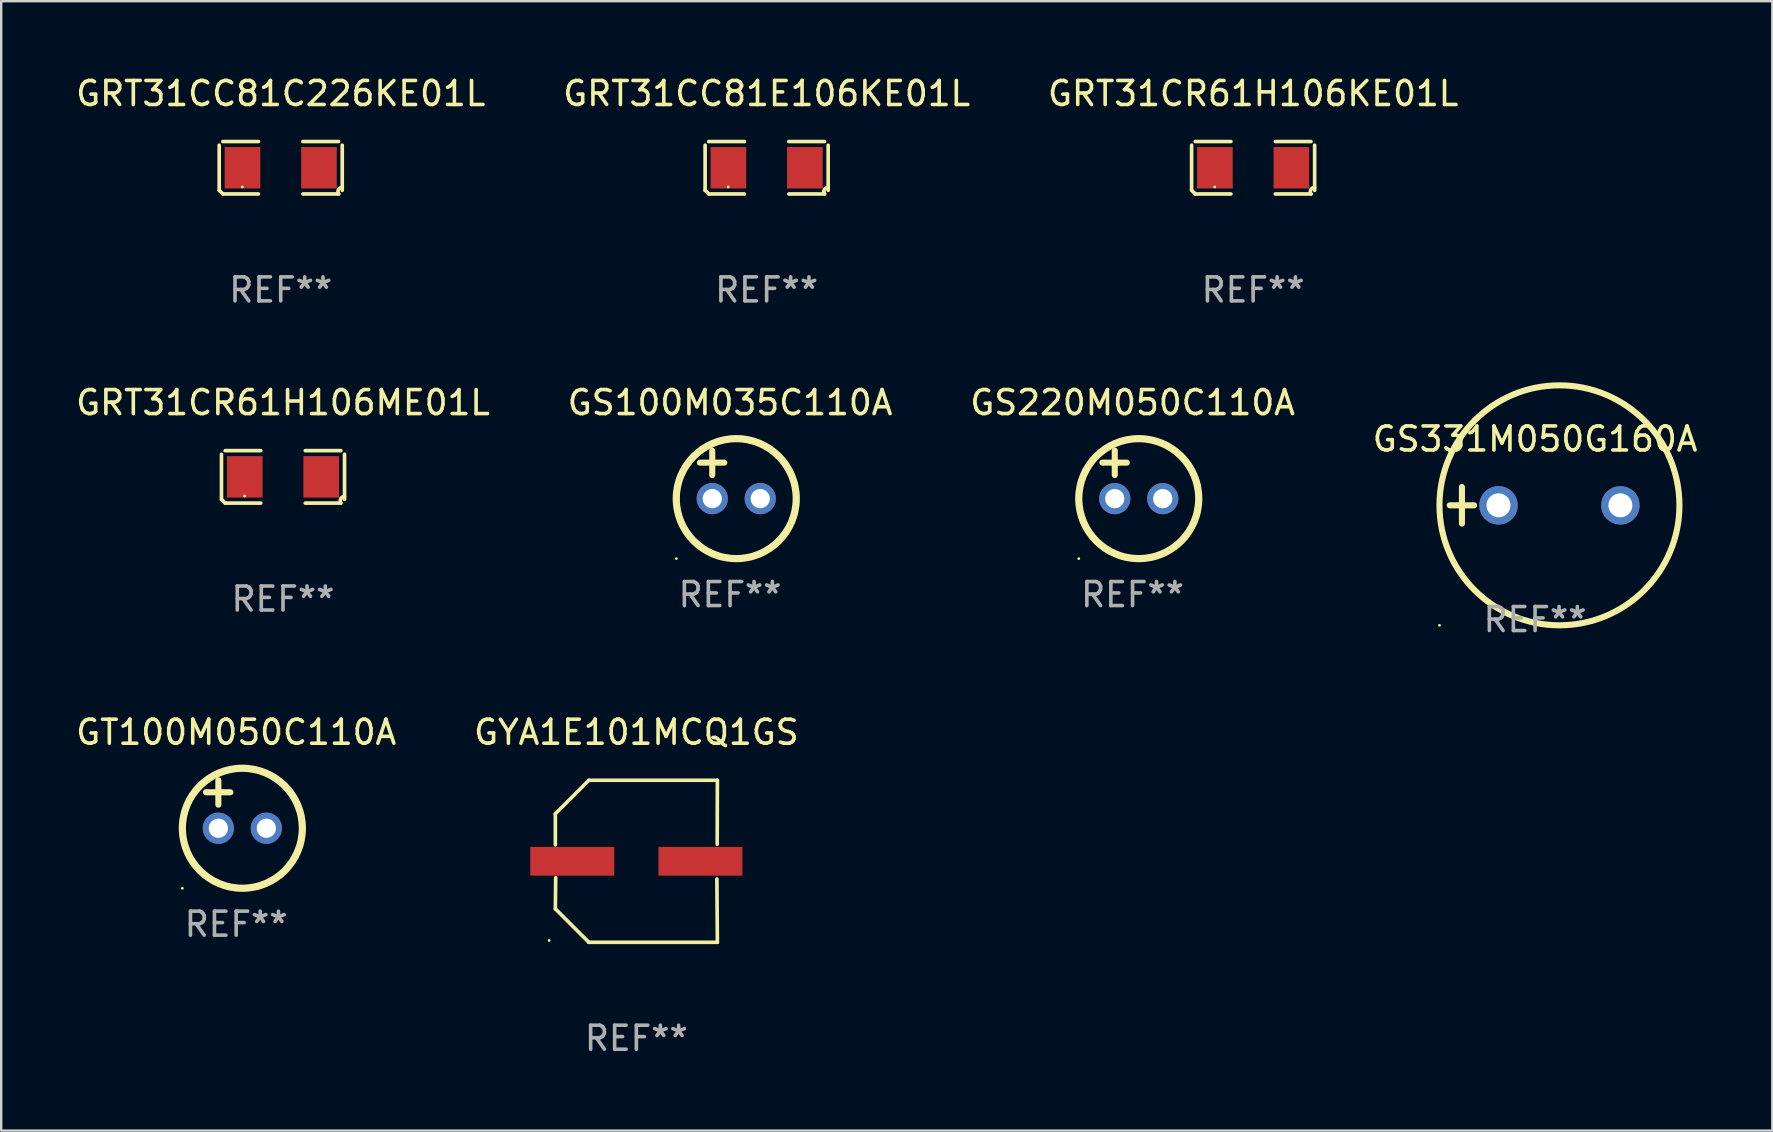
<source format=kicad_pcb>
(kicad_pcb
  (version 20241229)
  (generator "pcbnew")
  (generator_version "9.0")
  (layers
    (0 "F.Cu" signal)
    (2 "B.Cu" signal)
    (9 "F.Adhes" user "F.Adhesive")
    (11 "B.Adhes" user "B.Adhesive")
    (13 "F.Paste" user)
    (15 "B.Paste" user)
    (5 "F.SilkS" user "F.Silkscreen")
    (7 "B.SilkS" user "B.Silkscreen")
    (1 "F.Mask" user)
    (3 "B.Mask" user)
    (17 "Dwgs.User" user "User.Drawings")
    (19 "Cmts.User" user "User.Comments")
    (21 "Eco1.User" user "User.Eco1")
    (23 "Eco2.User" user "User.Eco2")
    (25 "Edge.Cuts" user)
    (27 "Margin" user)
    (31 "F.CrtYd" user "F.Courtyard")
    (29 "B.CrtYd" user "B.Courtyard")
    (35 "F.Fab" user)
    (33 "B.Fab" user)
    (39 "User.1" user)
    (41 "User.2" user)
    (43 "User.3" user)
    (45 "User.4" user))
  (footprint "GYA1E101MCQ1GS"
    (layer "F.Cu")
    (at 23.47 32.843)
    (property "Reference" "GYA1E101MCQ1GS" (at 0 -5.376 0) (layer "F.SilkS") (effects (font (size 1 1) (thickness 0.15))))
    (attr through_hole)
    (fp_line (start -3.376 -1.98) (end -3.376 -0.686) (stroke (width 0.152) (type solid)) (layer "F.SilkS"))
    (fp_line (start -3.376 1.981) (end -3.362 0.686) (stroke (width 0.152) (type solid)) (layer "F.SilkS"))
    (fp_line (start -1.981 3.376) (end -3.376 1.981) (stroke (width 0.152) (type solid)) (layer "F.SilkS"))
    (fp_line (start -1.98 -3.376) (end -3.376 -1.98) (stroke (width 0.152) (type solid)) (layer "F.SilkS"))
    (fp_line (start 3.356 0.74) (end 3.376 3.376) (stroke (width 0.152) (type solid)) (layer "F.SilkS"))
    (fp_line (start 3.369 -0.707) (end 3.376 -3.376) (stroke (width 0.152) (type solid)) (layer "F.SilkS"))
    (fp_line (start 3.376 3.376) (end -1.981 3.376) (stroke (width 0.152) (type solid)) (layer "F.SilkS"))
    (fp_line (start 3.376 -3.376) (end -1.98 -3.376) (stroke (width 0.152) (type solid)) (layer "F.SilkS"))
    (fp_circle (center -3.634 3.3) (end -3.604 3.3) (stroke (width 0.06) (type solid)) (fill no) (layer "F.SilkS"))
    (fp_text user "REF**" (at 0 7.376 0) (layer "F.Fab") (effects (font (size 1 1) (thickness 0.15))))
    (pad "1" smd rect (at -2.67 0.000254) (size 3.5 1.2) (layers "F.Cu" "F.Mask" "F.Paste"))
    (pad "2" smd rect (at 2.67 0.000254) (size 3.5 1.2) (layers "F.Cu" "F.Mask" "F.Paste")))
  (footprint "GS331M050G160A"
    (layer "F.Cu")
    (at 60.923 18.009)
    (property "Reference" "GS331M050G160A" (at 0 -2.762 0) (layer "F.SilkS") (effects (font (size 1 1) (thickness 0.15))))
    (attr through_hole)
    (fp_line (start -3.556 0) (end -2.54 0) (stroke (width 0.254) (type solid)) (layer "F.SilkS"))
    (fp_line (start -3.048 -0.762) (end -3.048 0.762) (stroke (width 0.254) (type solid)) (layer "F.SilkS"))
    (fp_circle (center -3.984 5) (end -3.954 5) (stroke (width 0.06) (type solid)) (fill no) (layer "F.SilkS"))
    (fp_circle (center 1.016 0) (end 6.016 0) (stroke (width 0.254) (type solid)) (fill no) (layer "F.SilkS"))
    (fp_text user "REF**" (at 0 4.762 0) (layer "F.Fab") (effects (font (size 1 1) (thickness 0.15))))
    (pad "1" thru_hole circle (at -1.524 0) (size 1.6 1.6) (drill 1) (layers "*.Cu" "*.Mask"))
    (pad "2" thru_hole circle (at 3.556 0) (size 1.6 1.6) (drill 1) (layers "*.Cu" "*.Mask")))
  (footprint "GRT31CR61H106KE01L"
    (layer "F.Cu")
    (at 49.173 3.941)
    (property "Reference" "GRT31CR61H106KE01L" (at 0 -3.093 0) (layer "F.SilkS") (effects (font (size 1 1) (thickness 0.15))))
    (attr through_hole)
    (fp_line (start -2.564 0.94) (end -2.564 -0.94) (stroke (width 0.152) (type solid)) (layer "F.SilkS"))
    (fp_line (start -2.411 -1.093) (end -0.926 -1.093) (stroke (width 0.152) (type solid)) (layer "F.SilkS"))
    (fp_line (start -0.926 1.093) (end -2.411 1.093) (stroke (width 0.152) (type solid)) (layer "F.SilkS"))
    (fp_line (start 0.926 1.093) (end 2.411 1.093) (stroke (width 0.152) (type solid)) (layer "F.SilkS"))
    (fp_line (start 2.411 -1.093) (end 0.926 -1.093) (stroke (width 0.152) (type solid)) (layer "F.SilkS"))
    (fp_line (start 2.564 0.94) (end 2.564 -0.94) (stroke (width 0.152) (type solid)) (layer "F.SilkS"))
    (fp_arc (start -2.411201 1.092609) (mid -2.487413 1.01642) (end -2.563602 0.940208) (stroke (width 0.1524) (type solid)) (layer "F.SilkS"))
    (fp_arc (start 2.411201 1.092609) (mid 2.407159 0.911226) (end 2.563602 0.819347) (stroke (width 0.1524) (type solid)) (layer "F.SilkS"))
    (fp_circle (center -1.6 0.8) (end -1.57 0.8) (stroke (width 0.06) (type solid)) (fill no) (layer "F.SilkS"))
    (fp_text user "REF**" (at 0 5.093 0) (layer "F.Fab") (effects (font (size 1 1) (thickness 0.15))))
    (pad "1" smd rect (at -1.593 0) (size 1.485 1.728) (layers "F.Cu" "F.Mask" "F.Paste"))
    (pad "2" smd rect (at 1.593 0) (size 1.485 1.728) (layers "F.Cu" "F.Mask" "F.Paste")))
  (footprint "GS220M050C110A"
    (layer "F.Cu")
    (at 44.149 16.73)
    (property "Reference" "GS220M050C110A" (at 0 -3 0) (layer "F.SilkS") (effects (font (size 1 1) (thickness 0.15))))
    (attr through_hole)
    (fp_line (start -1.258 -0.5) (end -0.242 -0.5) (stroke (width 0.254) (type solid)) (layer "F.SilkS"))
    (fp_line (start -0.742 -1) (end -0.742 0.016) (stroke (width 0.254) (type solid)) (layer "F.SilkS"))
    (fp_circle (center -2.242 3.5) (end -2.212 3.5) (stroke (width 0.06) (type solid)) (fill no) (layer "F.SilkS"))
    (fp_circle (center 0.258 1) (end 2.758 1) (stroke (width 0.3) (type solid)) (fill no) (layer "F.SilkS"))
    (fp_text user "REF**" (at 0 5 0) (layer "F.Fab") (effects (font (size 1 1) (thickness 0.15))))
    (pad "1" thru_hole circle (at -0.742 1) (size 1.3 1.3) (drill 0.8) (layers "*.Cu" "*.Mask"))
    (pad "2" thru_hole circle (at 1.258 1) (size 1.3 1.3) (drill 0.8) (layers "*.Cu" "*.Mask")))
  (footprint "GRT31CR61H106ME01L"
    (layer "F.Cu")
    (at 8.744 16.823)
    (property "Reference" "GRT31CR61H106ME01L" (at 0 -3.093 0) (layer "F.SilkS") (effects (font (size 1 1) (thickness 0.15))))
    (attr through_hole)
    (fp_line (start -2.564 0.94) (end -2.564 -0.94) (stroke (width 0.152) (type solid)) (layer "F.SilkS"))
    (fp_line (start -2.411 -1.093) (end -0.926 -1.093) (stroke (width 0.152) (type solid)) (layer "F.SilkS"))
    (fp_line (start -0.926 1.093) (end -2.411 1.093) (stroke (width 0.152) (type solid)) (layer "F.SilkS"))
    (fp_line (start 0.926 1.093) (end 2.411 1.093) (stroke (width 0.152) (type solid)) (layer "F.SilkS"))
    (fp_line (start 2.411 -1.093) (end 0.926 -1.093) (stroke (width 0.152) (type solid)) (layer "F.SilkS"))
    (fp_line (start 2.564 0.94) (end 2.564 -0.94) (stroke (width 0.152) (type solid)) (layer "F.SilkS"))
    (fp_arc (start -2.411201 1.092609) (mid -2.487413 1.01642) (end -2.563602 0.940208) (stroke (width 0.1524) (type solid)) (layer "F.SilkS"))
    (fp_arc (start 2.411201 1.092609) (mid 2.407159 0.911226) (end 2.563602 0.819347) (stroke (width 0.1524) (type solid)) (layer "F.SilkS"))
    (fp_circle (center -1.6 0.8) (end -1.57 0.8) (stroke (width 0.06) (type solid)) (fill no) (layer "F.SilkS"))
    (fp_text user "REF**" (at 0 5.093 0) (layer "F.Fab") (effects (font (size 1 1) (thickness 0.15))))
    (pad "1" smd rect (at -1.593 0) (size 1.485 1.728) (layers "F.Cu" "F.Mask" "F.Paste"))
    (pad "2" smd rect (at 1.593 0) (size 1.485 1.728) (layers "F.Cu" "F.Mask" "F.Paste")))
  (footprint "GS100M035C110A"
    (layer "F.Cu")
    (at 27.375 16.73)
    (property "Reference" "GS100M035C110A" (at 0 -3 0) (layer "F.SilkS") (effects (font (size 1 1) (thickness 0.15))))
    (attr through_hole)
    (fp_line (start -1.258 -0.5) (end -0.242 -0.5) (stroke (width 0.254) (type solid)) (layer "F.SilkS"))
    (fp_line (start -0.742 -1) (end -0.742 0.016) (stroke (width 0.254) (type solid)) (layer "F.SilkS"))
    (fp_circle (center -2.242 3.5) (end -2.212 3.5) (stroke (width 0.06) (type solid)) (fill no) (layer "F.SilkS"))
    (fp_circle (center 0.258 1) (end 2.758 1) (stroke (width 0.3) (type solid)) (fill no) (layer "F.SilkS"))
    (fp_text user "REF**" (at 0 5 0) (layer "F.Fab") (effects (font (size 1 1) (thickness 0.15))))
    (pad "1" thru_hole circle (at -0.742 1) (size 1.3 1.3) (drill 0.8) (layers "*.Cu" "*.Mask"))
    (pad "2" thru_hole circle (at 1.258 1) (size 1.3 1.3) (drill 0.8) (layers "*.Cu" "*.Mask")))
  (footprint "GT100M050C110A"
    (layer "F.Cu")
    (at 6.792 30.467)
    (property "Reference" "GT100M050C110A" (at 0 -3 0) (layer "F.SilkS") (effects (font (size 1 1) (thickness 0.15))))
    (attr through_hole)
    (fp_line (start -1.258 -0.5) (end -0.242 -0.5) (stroke (width 0.254) (type solid)) (layer "F.SilkS"))
    (fp_line (start -0.742 -1) (end -0.742 0.016) (stroke (width 0.254) (type solid)) (layer "F.SilkS"))
    (fp_circle (center -2.242 3.5) (end -2.212 3.5) (stroke (width 0.06) (type solid)) (fill no) (layer "F.SilkS"))
    (fp_circle (center 0.258 1) (end 2.758 1) (stroke (width 0.3) (type solid)) (fill no) (layer "F.SilkS"))
    (fp_text user "REF**" (at 0 5 0) (layer "F.Fab") (effects (font (size 1 1) (thickness 0.15))))
    (pad "1" thru_hole circle (at -0.742 1) (size 1.3 1.3) (drill 0.8) (layers "*.Cu" "*.Mask"))
    (pad "2" thru_hole circle (at 1.258 1) (size 1.3 1.3) (drill 0.8) (layers "*.Cu" "*.Mask")))
  (footprint "GRT31CC81E106KE01L"
    (layer "F.Cu")
    (at 28.899 3.941)
    (property "Reference" "GRT31CC81E106KE01L" (at 0 -3.093 0) (layer "F.SilkS") (effects (font (size 1 1) (thickness 0.15))))
    (attr through_hole)
    (fp_line (start -2.564 0.94) (end -2.564 -0.94) (stroke (width 0.152) (type solid)) (layer "F.SilkS"))
    (fp_line (start -2.411 -1.093) (end -0.926 -1.093) (stroke (width 0.152) (type solid)) (layer "F.SilkS"))
    (fp_line (start -0.926 1.093) (end -2.411 1.093) (stroke (width 0.152) (type solid)) (layer "F.SilkS"))
    (fp_line (start 0.926 1.093) (end 2.411 1.093) (stroke (width 0.152) (type solid)) (layer "F.SilkS"))
    (fp_line (start 2.411 -1.093) (end 0.926 -1.093) (stroke (width 0.152) (type solid)) (layer "F.SilkS"))
    (fp_line (start 2.564 0.94) (end 2.564 -0.94) (stroke (width 0.152) (type solid)) (layer "F.SilkS"))
    (fp_arc (start -2.411201 1.092609) (mid -2.487413 1.01642) (end -2.563602 0.940208) (stroke (width 0.1524) (type solid)) (layer "F.SilkS"))
    (fp_arc (start 2.411201 1.092609) (mid 2.407159 0.911226) (end 2.563602 0.819347) (stroke (width 0.1524) (type solid)) (layer "F.SilkS"))
    (fp_circle (center -1.6 0.8) (end -1.57 0.8) (stroke (width 0.06) (type solid)) (fill no) (layer "F.SilkS"))
    (fp_text user "REF**" (at 0 5.093 0) (layer "F.Fab") (effects (font (size 1 1) (thickness 0.15))))
    (pad "1" smd rect (at -1.593 0) (size 1.485 1.728) (layers "F.Cu" "F.Mask" "F.Paste"))
    (pad "2" smd rect (at 1.593 0) (size 1.485 1.728) (layers "F.Cu" "F.Mask" "F.Paste")))
  (footprint "GRT31CC81C226KE01L"
    (layer "F.Cu")
    (at 8.649 3.941)
    (property "Reference" "GRT31CC81C226KE01L" (at 0 -3.093 0) (layer "F.SilkS") (effects (font (size 1 1) (thickness 0.15))))
    (attr through_hole)
    (fp_line (start -2.564 0.94) (end -2.564 -0.94) (stroke (width 0.152) (type solid)) (layer "F.SilkS"))
    (fp_line (start -2.411 -1.093) (end -0.926 -1.093) (stroke (width 0.152) (type solid)) (layer "F.SilkS"))
    (fp_line (start -0.926 1.093) (end -2.411 1.093) (stroke (width 0.152) (type solid)) (layer "F.SilkS"))
    (fp_line (start 0.926 1.093) (end 2.411 1.093) (stroke (width 0.152) (type solid)) (layer "F.SilkS"))
    (fp_line (start 2.411 -1.093) (end 0.926 -1.093) (stroke (width 0.152) (type solid)) (layer "F.SilkS"))
    (fp_line (start 2.564 0.94) (end 2.564 -0.94) (stroke (width 0.152) (type solid)) (layer "F.SilkS"))
    (fp_arc (start -2.411201 1.092609) (mid -2.487413 1.01642) (end -2.563602 0.940208) (stroke (width 0.1524) (type solid)) (layer "F.SilkS"))
    (fp_arc (start 2.411201 1.092609) (mid 2.407159 0.911226) (end 2.563602 0.819347) (stroke (width 0.1524) (type solid)) (layer "F.SilkS"))
    (fp_circle (center -1.6 0.8) (end -1.57 0.8) (stroke (width 0.06) (type solid)) (fill no) (layer "F.SilkS"))
    (fp_text user "REF**" (at 0 5.093 0) (layer "F.Fab") (effects (font (size 1 1) (thickness 0.15))))
    (pad "1" smd rect (at -1.593 0) (size 1.485 1.728) (layers "F.Cu" "F.Mask" "F.Paste"))
    (pad "2" smd rect (at 1.593 0) (size 1.485 1.728) (layers "F.Cu" "F.Mask" "F.Paste")))
  (gr_rect
    (start -3 -3)
    (end 70.81 44.067)
    (stroke (width 0.1) (type default))
    (fill no)
    (layer "Edge.Cuts")))
</source>
